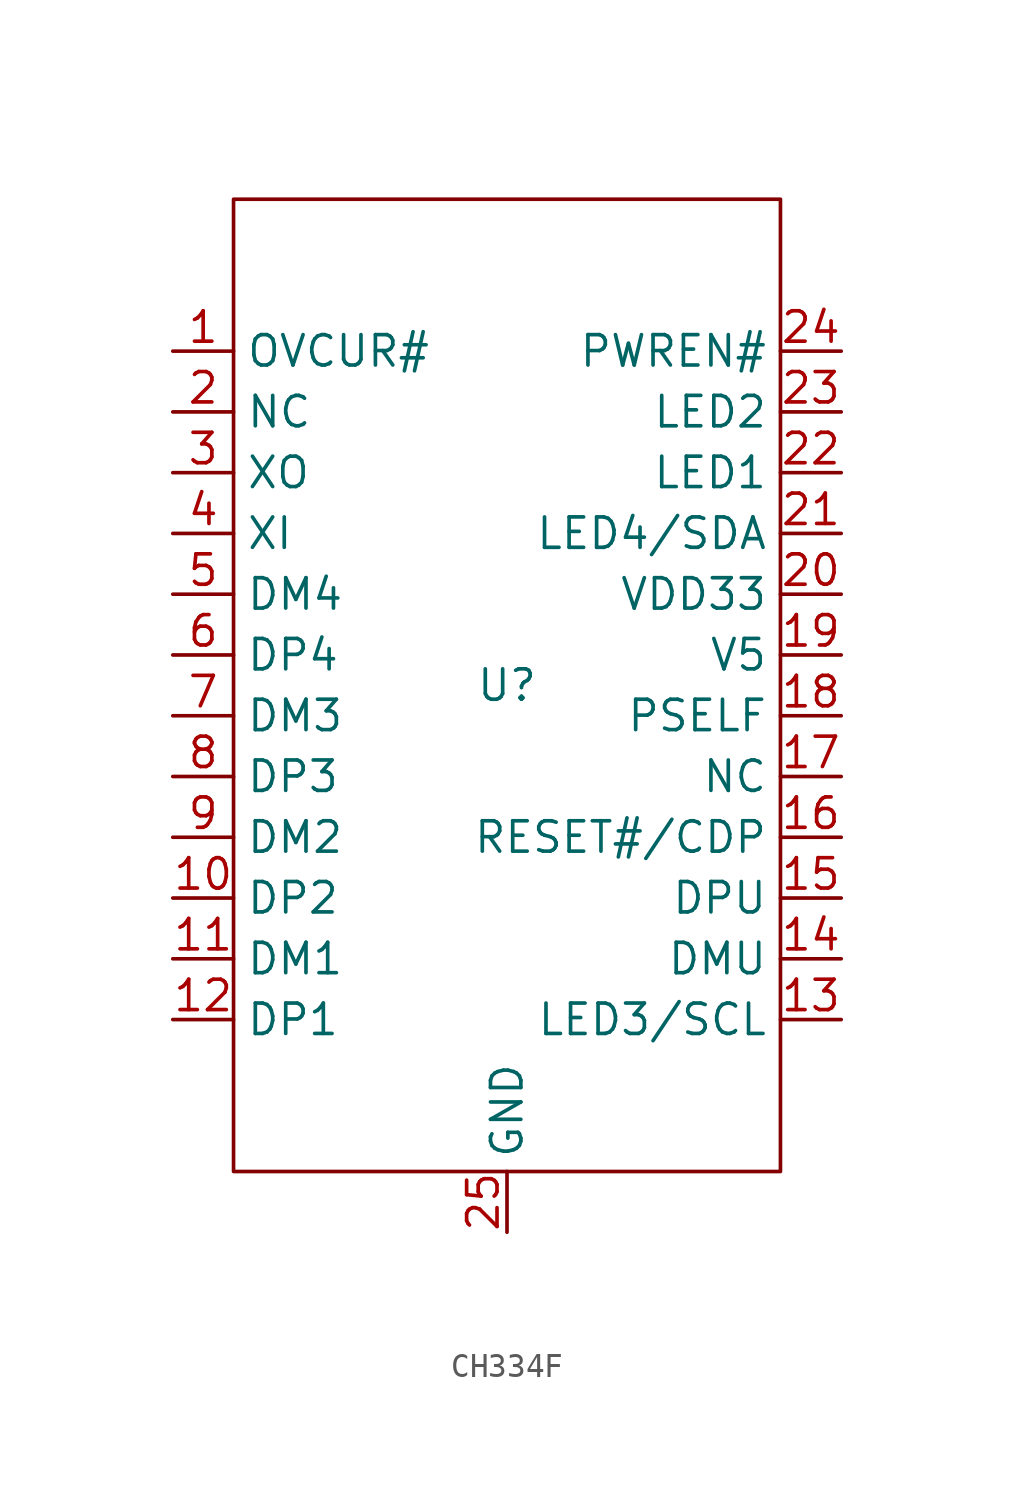
<source format=kicad_sym>
(kicad_symbol_lib
  (version 20241209)
  (generator "kicad_symbol_editor")
  (generator_version "9.0")
  (symbol "CH334F"
    (property "Reference" "U"
      (at 0 0 0)
      (effects (font (size 1.27 1.27))))
    (property "Value" ""
      (at 0 0 0)
      (effects (font (size 1.27 1.27))))
    (symbol "CH334F_0_1"
      (rectangle (start -11.43 20.32) (end 11.43 -20.32) (stroke (width 0) (type default)) (fill (type none))))
    (symbol "CH334F_1_1"
      (pin input line (at -13.97 13.97 0) (length 2.54) (name "OVCUR#" (effects (font (size 1.27 1.27)))) (number "1" (effects (font (size 1.27 1.27)))))
      (pin input line (at -13.97 11.43 0) (length 2.54) (name "NC" (effects (font (size 1.27 1.27)))) (number "2" (effects (font (size 1.27 1.27)))))
      (pin input line (at -13.97 8.89 0) (length 2.54) (name "XO" (effects (font (size 1.27 1.27)))) (number "3" (effects (font (size 1.27 1.27)))))
      (pin input line (at -13.97 6.35 0) (length 2.54) (name "XI" (effects (font (size 1.27 1.27)))) (number "4" (effects (font (size 1.27 1.27)))))
      (pin input line (at -13.97 3.81 0) (length 2.54) (name "DM4" (effects (font (size 1.27 1.27)))) (number "5" (effects (font (size 1.27 1.27)))))
      (pin input line (at -13.97 1.27 0) (length 2.54) (name "DP4" (effects (font (size 1.27 1.27)))) (number "6" (effects (font (size 1.27 1.27)))))
      (pin input line (at -13.97 -1.27 0) (length 2.54) (name "DM3" (effects (font (size 1.27 1.27)))) (number "7" (effects (font (size 1.27 1.27)))))
      (pin input line (at -13.97 -3.81 0) (length 2.54) (name "DP3" (effects (font (size 1.27 1.27)))) (number "8" (effects (font (size 1.27 1.27)))))
      (pin input line (at -13.97 -6.35 0) (length 2.54) (name "DM2" (effects (font (size 1.27 1.27)))) (number "9" (effects (font (size 1.27 1.27)))))
      (pin input line (at -13.97 -8.89 0) (length 2.54) (name "DP2" (effects (font (size 1.27 1.27)))) (number "10" (effects (font (size 1.27 1.27)))))
      (pin input line (at -13.97 -11.43 0) (length 2.54) (name "DM1" (effects (font (size 1.27 1.27)))) (number "11" (effects (font (size 1.27 1.27)))))
      (pin input line (at -13.97 -13.97 0) (length 2.54) (name "DP1" (effects (font (size 1.27 1.27)))) (number "12" (effects (font (size 1.27 1.27)))))
      (pin input line (at 0 -22.86 90) (length 2.54) (name "GND" (effects (font (size 1.27 1.27)))) (number "25" (effects (font (size 1.27 1.27)))))
      (pin input line (at 13.97 13.97 180) (length 2.54) (name "PWREN#" (effects (font (size 1.27 1.27)))) (number "24" (effects (font (size 1.27 1.27)))))
      (pin input line (at 13.97 11.43 180) (length 2.54) (name "LED2" (effects (font (size 1.27 1.27)))) (number "23" (effects (font (size 1.27 1.27)))))
      (pin input line (at 13.97 8.89 180) (length 2.54) (name "LED1" (effects (font (size 1.27 1.27)))) (number "22" (effects (font (size 1.27 1.27)))))
      (pin input line (at 13.97 6.35 180) (length 2.54) (name "LED4/SDA" (effects (font (size 1.27 1.27)))) (number "21" (effects (font (size 1.27 1.27)))))
      (pin input line (at 13.97 3.81 180) (length 2.54) (name "VDD33" (effects (font (size 1.27 1.27)))) (number "20" (effects (font (size 1.27 1.27)))))
      (pin input line (at 13.97 1.27 180) (length 2.54) (name "V5" (effects (font (size 1.27 1.27)))) (number "19" (effects (font (size 1.27 1.27)))))
      (pin input line (at 13.97 -1.27 180) (length 2.54) (name "PSELF" (effects (font (size 1.27 1.27)))) (number "18" (effects (font (size 1.27 1.27)))))
      (pin input line (at 13.97 -3.81 180) (length 2.54) (name "NC" (effects (font (size 1.27 1.27)))) (number "17" (effects (font (size 1.27 1.27)))))
      (pin input line (at 13.97 -6.35 180) (length 2.54) (name "RESET#/CDP" (effects (font (size 1.27 1.27)))) (number "16" (effects (font (size 1.27 1.27)))))
      (pin input line (at 13.97 -8.89 180) (length 2.54) (name "DPU" (effects (font (size 1.27 1.27)))) (number "15" (effects (font (size 1.27 1.27)))))
      (pin input line (at 13.97 -11.43 180) (length 2.54) (name "DMU" (effects (font (size 1.27 1.27)))) (number "14" (effects (font (size 1.27 1.27)))))
      (pin input line (at 13.97 -13.97 180) (length 2.54) (name "LED3/SCL" (effects (font (size 1.27 1.27)))) (number "13" (effects (font (size 1.27 1.27))))))))
</source>
